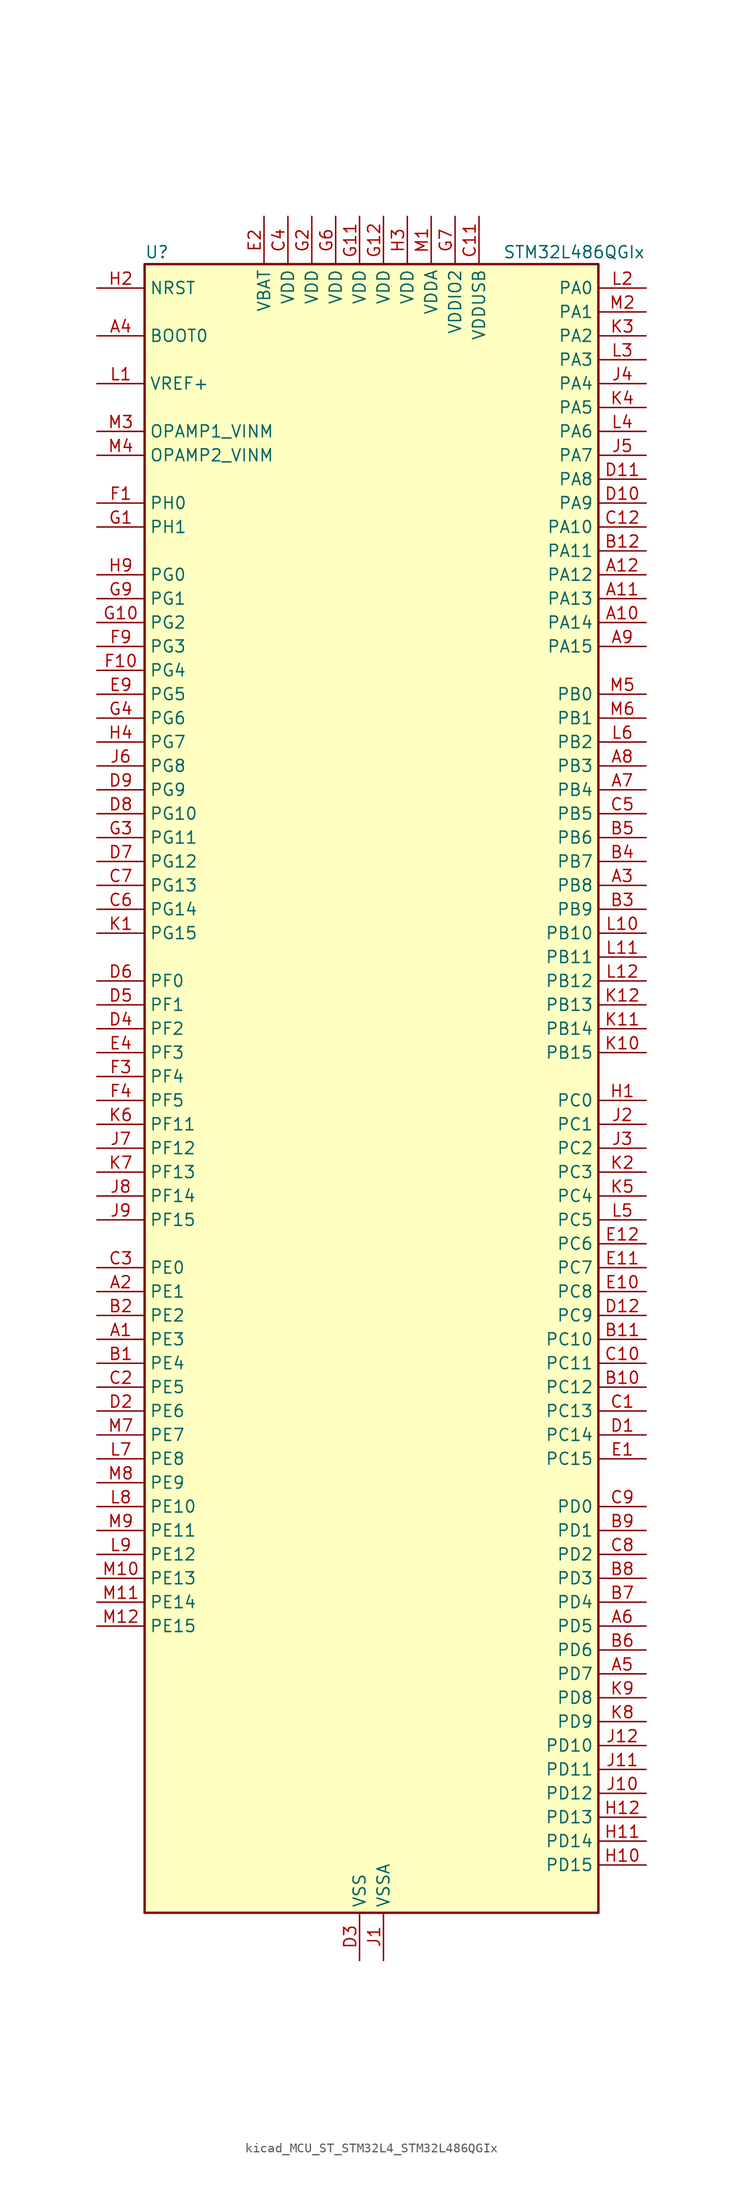
<source format=kicad_sym>
(kicad_symbol_lib
  (version 20220914)
  (generator kicad_symbol_editor)
  (symbol "kicad_MCU_ST_STM32L4_STM32L486QGIx"
    (property "Reference" "U"
      (at -22.86 90.17 0)
      (effects (font (size 1.27 1.27)) (justify left)))
    (property "Value" "STM32L486QGIx"
      (at 15.24 90.17 0)
      (effects (font (size 1.27 1.27)) (justify left)))
    (property "ki_locked" ""
      (at 0 0 0)
      (effects (font (size 1.27 1.27))))
    (symbol "kicad_MCU_ST_STM32L4_STM32L486QGIx_0_1"
      (rectangle (start -22.86 -86.36) (end 25.4 88.9) (stroke (width 0.254) (type default)) (fill (type background))))
    (symbol "kicad_MCU_ST_STM32L4_STM32L486QGIx_1_1"
      (pin bidirectional line (at -27.94 -25.4 0) (length 5.08) (name "PE3" (effects (font (size 1.27 1.27)))) (number "A1" (effects (font (size 1.27 1.27)))) (alternate "FMC_A19" bidirectional line) (alternate "LCD_SEG39" bidirectional line) (alternate "SAI1_SD_B" bidirectional line) (alternate "SYS_TRACED0" bidirectional line) (alternate "TIM3_CH1" bidirectional line) (alternate "TSC_G7_IO2" bidirectional line))
      (pin bidirectional line (at 30.48 50.8 180) (length 5.08) (name "PA14" (effects (font (size 1.27 1.27)))) (number "A10" (effects (font (size 1.27 1.27)))) (alternate "SYS_JTCK-SWCLK" bidirectional line))
      (pin bidirectional line (at 30.48 53.34 180) (length 5.08) (name "PA13" (effects (font (size 1.27 1.27)))) (number "A11" (effects (font (size 1.27 1.27)))) (alternate "IR_OUT" bidirectional line) (alternate "SYS_JTMS-SWDIO" bidirectional line) (alternate "USB_OTG_FS_NOE" bidirectional line))
      (pin bidirectional line (at 30.48 55.88 180) (length 5.08) (name "PA12" (effects (font (size 1.27 1.27)))) (number "A12" (effects (font (size 1.27 1.27)))) (alternate "CAN1_TX" bidirectional line) (alternate "TIM1_ETR" bidirectional line) (alternate "USART1_DE" bidirectional line) (alternate "USART1_RTS" bidirectional line) (alternate "USB_OTG_FS_DP" bidirectional line))
      (pin bidirectional line (at -27.94 -20.32 0) (length 5.08) (name "PE1" (effects (font (size 1.27 1.27)))) (number "A2" (effects (font (size 1.27 1.27)))) (alternate "FMC_NBL1" bidirectional line) (alternate "LCD_SEG37" bidirectional line) (alternate "TIM17_CH1" bidirectional line))
      (pin bidirectional line (at 30.48 22.86 180) (length 5.08) (name "PB8" (effects (font (size 1.27 1.27)))) (number "A3" (effects (font (size 1.27 1.27)))) (alternate "CAN1_RX" bidirectional line) (alternate "DFSDM1_DATIN6" bidirectional line) (alternate "I2C1_SCL" bidirectional line) (alternate "LCD_SEG16" bidirectional line) (alternate "SAI1_MCLK_A" bidirectional line) (alternate "SDMMC1_D4" bidirectional line) (alternate "TIM16_CH1" bidirectional line) (alternate "TIM4_CH3" bidirectional line))
      (pin input line (at -27.94 81.28 0) (length 5.08) (name "BOOT0" (effects (font (size 1.27 1.27)))) (number "A4" (effects (font (size 1.27 1.27)))))
      (pin bidirectional line (at 30.48 -60.96 180) (length 5.08) (name "PD7" (effects (font (size 1.27 1.27)))) (number "A5" (effects (font (size 1.27 1.27)))) (alternate "DFSDM1_CKIN1" bidirectional line) (alternate "FMC_NE1" bidirectional line) (alternate "USART2_CK" bidirectional line))
      (pin bidirectional line (at 30.48 -55.88 180) (length 5.08) (name "PD5" (effects (font (size 1.27 1.27)))) (number "A6" (effects (font (size 1.27 1.27)))) (alternate "FMC_NWE" bidirectional line) (alternate "USART2_TX" bidirectional line))
      (pin bidirectional line (at 30.48 33.02 180) (length 5.08) (name "PB4" (effects (font (size 1.27 1.27)))) (number "A7" (effects (font (size 1.27 1.27)))) (alternate "COMP2_INP" bidirectional line) (alternate "LCD_SEG8" bidirectional line) (alternate "SAI1_MCLK_B" bidirectional line) (alternate "SPI1_MISO" bidirectional line) (alternate "SPI3_MISO" bidirectional line) (alternate "SYS_JTRST" bidirectional line) (alternate "TIM17_BKIN" bidirectional line) (alternate "TIM3_CH1" bidirectional line) (alternate "TSC_G2_IO1" bidirectional line) (alternate "UART5_DE" bidirectional line) (alternate "UART5_RTS" bidirectional line) (alternate "USART1_CTS" bidirectional line))
      (pin bidirectional line (at 30.48 35.56 180) (length 5.08) (name "PB3" (effects (font (size 1.27 1.27)))) (number "A8" (effects (font (size 1.27 1.27)))) (alternate "COMP2_INM" bidirectional line) (alternate "LCD_SEG7" bidirectional line) (alternate "SAI1_SCK_B" bidirectional line) (alternate "SPI1_SCK" bidirectional line) (alternate "SPI3_SCK" bidirectional line) (alternate "SYS_JTDO-SWO" bidirectional line) (alternate "TIM2_CH2" bidirectional line) (alternate "USART1_DE" bidirectional line) (alternate "USART1_RTS" bidirectional line))
      (pin bidirectional line (at 30.48 48.26 180) (length 5.08) (name "PA15" (effects (font (size 1.27 1.27)))) (number "A9" (effects (font (size 1.27 1.27)))) (alternate "ADC1_EXTI15" bidirectional line) (alternate "ADC2_EXTI15" bidirectional line) (alternate "ADC3_EXTI15" bidirectional line) (alternate "LCD_SEG17" bidirectional line) (alternate "SAI2_FS_B" bidirectional line) (alternate "SPI1_NSS" bidirectional line) (alternate "SPI3_NSS" bidirectional line) (alternate "SYS_JTDI" bidirectional line) (alternate "TIM2_CH1" bidirectional line) (alternate "TIM2_ETR" bidirectional line) (alternate "TSC_G3_IO1" bidirectional line) (alternate "UART4_DE" bidirectional line) (alternate "UART4_RTS" bidirectional line))
      (pin bidirectional line (at -27.94 -27.94 0) (length 5.08) (name "PE4" (effects (font (size 1.27 1.27)))) (number "B1" (effects (font (size 1.27 1.27)))) (alternate "DFSDM1_DATIN3" bidirectional line) (alternate "FMC_A20" bidirectional line) (alternate "SAI1_FS_A" bidirectional line) (alternate "SYS_TRACED1" bidirectional line) (alternate "TIM3_CH2" bidirectional line) (alternate "TSC_G7_IO3" bidirectional line))
      (pin bidirectional line (at 30.48 -30.48 180) (length 5.08) (name "PC12" (effects (font (size 1.27 1.27)))) (number "B10" (effects (font (size 1.27 1.27)))) (alternate "LCD_COM6" bidirectional line) (alternate "LCD_SEG30" bidirectional line) (alternate "LCD_SEG42" bidirectional line) (alternate "SAI2_SD_B" bidirectional line) (alternate "SDMMC1_CK" bidirectional line) (alternate "SPI3_MOSI" bidirectional line) (alternate "TSC_G3_IO4" bidirectional line) (alternate "UART5_TX" bidirectional line) (alternate "USART3_CK" bidirectional line))
      (pin bidirectional line (at 30.48 -25.4 180) (length 5.08) (name "PC10" (effects (font (size 1.27 1.27)))) (number "B11" (effects (font (size 1.27 1.27)))) (alternate "LCD_COM4" bidirectional line) (alternate "LCD_SEG28" bidirectional line) (alternate "LCD_SEG40" bidirectional line) (alternate "SAI2_SCK_B" bidirectional line) (alternate "SDMMC1_D2" bidirectional line) (alternate "SPI3_SCK" bidirectional line) (alternate "TSC_G3_IO2" bidirectional line) (alternate "UART4_TX" bidirectional line) (alternate "USART3_TX" bidirectional line))
      (pin bidirectional line (at 30.48 58.42 180) (length 5.08) (name "PA11" (effects (font (size 1.27 1.27)))) (number "B12" (effects (font (size 1.27 1.27)))) (alternate "ADC1_EXTI11" bidirectional line) (alternate "ADC2_EXTI11" bidirectional line) (alternate "ADC3_EXTI11" bidirectional line) (alternate "CAN1_RX" bidirectional line) (alternate "TIM1_BKIN2" bidirectional line) (alternate "TIM1_BKIN2_COMP1" bidirectional line) (alternate "TIM1_CH4" bidirectional line) (alternate "USART1_CTS" bidirectional line) (alternate "USB_OTG_FS_DM" bidirectional line))
      (pin bidirectional line (at -27.94 -22.86 0) (length 5.08) (name "PE2" (effects (font (size 1.27 1.27)))) (number "B2" (effects (font (size 1.27 1.27)))) (alternate "FMC_A23" bidirectional line) (alternate "LCD_SEG38" bidirectional line) (alternate "SAI1_MCLK_A" bidirectional line) (alternate "SYS_TRACECLK" bidirectional line) (alternate "TIM3_ETR" bidirectional line) (alternate "TSC_G7_IO1" bidirectional line))
      (pin bidirectional line (at 30.48 20.32 180) (length 5.08) (name "PB9" (effects (font (size 1.27 1.27)))) (number "B3" (effects (font (size 1.27 1.27)))) (alternate "CAN1_TX" bidirectional line) (alternate "DAC1_EXTI9" bidirectional line) (alternate "DFSDM1_CKIN6" bidirectional line) (alternate "I2C1_SDA" bidirectional line) (alternate "IR_OUT" bidirectional line) (alternate "LCD_COM3" bidirectional line) (alternate "SAI1_FS_A" bidirectional line) (alternate "SDMMC1_D5" bidirectional line) (alternate "SPI2_NSS" bidirectional line) (alternate "TIM17_CH1" bidirectional line) (alternate "TIM4_CH4" bidirectional line))
      (pin bidirectional line (at 30.48 25.4 180) (length 5.08) (name "PB7" (effects (font (size 1.27 1.27)))) (number "B4" (effects (font (size 1.27 1.27)))) (alternate "COMP2_INM" bidirectional line) (alternate "DFSDM1_CKIN5" bidirectional line) (alternate "FMC_NL" bidirectional line) (alternate "I2C1_SDA" bidirectional line) (alternate "LCD_SEG21" bidirectional line) (alternate "LPTIM1_IN2" bidirectional line) (alternate "SYS_PVD_IN" bidirectional line) (alternate "TIM17_CH1N" bidirectional line) (alternate "TIM4_CH2" bidirectional line) (alternate "TIM8_BKIN" bidirectional line) (alternate "TIM8_BKIN_COMP1" bidirectional line) (alternate "TSC_G2_IO4" bidirectional line) (alternate "UART4_CTS" bidirectional line) (alternate "USART1_RX" bidirectional line))
      (pin bidirectional line (at 30.48 27.94 180) (length 5.08) (name "PB6" (effects (font (size 1.27 1.27)))) (number "B5" (effects (font (size 1.27 1.27)))) (alternate "COMP2_INP" bidirectional line) (alternate "DFSDM1_DATIN5" bidirectional line) (alternate "I2C1_SCL" bidirectional line) (alternate "LPTIM1_ETR" bidirectional line) (alternate "SAI1_FS_B" bidirectional line) (alternate "TIM16_CH1N" bidirectional line) (alternate "TIM4_CH1" bidirectional line) (alternate "TIM8_BKIN2" bidirectional line) (alternate "TIM8_BKIN2_COMP2" bidirectional line) (alternate "TSC_G2_IO3" bidirectional line) (alternate "USART1_TX" bidirectional line))
      (pin bidirectional line (at 30.48 -58.42 180) (length 5.08) (name "PD6" (effects (font (size 1.27 1.27)))) (number "B6" (effects (font (size 1.27 1.27)))) (alternate "DFSDM1_DATIN1" bidirectional line) (alternate "FMC_NWAIT" bidirectional line) (alternate "SAI1_SD_A" bidirectional line) (alternate "USART2_RX" bidirectional line))
      (pin bidirectional line (at 30.48 -53.34 180) (length 5.08) (name "PD4" (effects (font (size 1.27 1.27)))) (number "B7" (effects (font (size 1.27 1.27)))) (alternate "DFSDM1_CKIN0" bidirectional line) (alternate "FMC_NOE" bidirectional line) (alternate "SPI2_MOSI" bidirectional line) (alternate "USART2_DE" bidirectional line) (alternate "USART2_RTS" bidirectional line))
      (pin bidirectional line (at 30.48 -50.8 180) (length 5.08) (name "PD3" (effects (font (size 1.27 1.27)))) (number "B8" (effects (font (size 1.27 1.27)))) (alternate "DFSDM1_DATIN0" bidirectional line) (alternate "FMC_CLK" bidirectional line) (alternate "SPI2_MISO" bidirectional line) (alternate "USART2_CTS" bidirectional line))
      (pin bidirectional line (at 30.48 -45.72 180) (length 5.08) (name "PD1" (effects (font (size 1.27 1.27)))) (number "B9" (effects (font (size 1.27 1.27)))) (alternate "CAN1_TX" bidirectional line) (alternate "DFSDM1_CKIN7" bidirectional line) (alternate "FMC_D3" bidirectional line) (alternate "FMC_DA3" bidirectional line) (alternate "SPI2_SCK" bidirectional line))
      (pin bidirectional line (at 30.48 -33.02 180) (length 5.08) (name "PC13" (effects (font (size 1.27 1.27)))) (number "C1" (effects (font (size 1.27 1.27)))) (alternate "RTC_OUT_ALARM" bidirectional line) (alternate "RTC_OUT_CALIB" bidirectional line) (alternate "RTC_TAMP1" bidirectional line) (alternate "RTC_TS" bidirectional line) (alternate "SYS_WKUP2" bidirectional line))
      (pin bidirectional line (at 30.48 -27.94 180) (length 5.08) (name "PC11" (effects (font (size 1.27 1.27)))) (number "C10" (effects (font (size 1.27 1.27)))) (alternate "ADC1_EXTI11" bidirectional line) (alternate "ADC2_EXTI11" bidirectional line) (alternate "ADC3_EXTI11" bidirectional line) (alternate "LCD_COM5" bidirectional line) (alternate "LCD_SEG29" bidirectional line) (alternate "LCD_SEG41" bidirectional line) (alternate "SAI2_MCLK_B" bidirectional line) (alternate "SDMMC1_D3" bidirectional line) (alternate "SPI3_MISO" bidirectional line) (alternate "TSC_G3_IO3" bidirectional line) (alternate "UART4_RX" bidirectional line) (alternate "USART3_RX" bidirectional line))
      (pin power_in line (at 12.7 93.98 270) (length 5.08) (name "VDDUSB" (effects (font (size 1.27 1.27)))) (number "C11" (effects (font (size 1.27 1.27)))))
      (pin bidirectional line (at 30.48 60.96 180) (length 5.08) (name "PA10" (effects (font (size 1.27 1.27)))) (number "C12" (effects (font (size 1.27 1.27)))) (alternate "LCD_COM2" bidirectional line) (alternate "TIM17_BKIN" bidirectional line) (alternate "TIM1_CH3" bidirectional line) (alternate "USART1_RX" bidirectional line) (alternate "USB_OTG_FS_ID" bidirectional line))
      (pin bidirectional line (at -27.94 -30.48 0) (length 5.08) (name "PE5" (effects (font (size 1.27 1.27)))) (number "C2" (effects (font (size 1.27 1.27)))) (alternate "DFSDM1_CKIN3" bidirectional line) (alternate "FMC_A21" bidirectional line) (alternate "SAI1_SCK_A" bidirectional line) (alternate "SYS_TRACED2" bidirectional line) (alternate "TIM3_CH3" bidirectional line) (alternate "TSC_G7_IO4" bidirectional line))
      (pin bidirectional line (at -27.94 -17.78 0) (length 5.08) (name "PE0" (effects (font (size 1.27 1.27)))) (number "C3" (effects (font (size 1.27 1.27)))) (alternate "FMC_NBL0" bidirectional line) (alternate "LCD_SEG36" bidirectional line) (alternate "TIM16_CH1" bidirectional line) (alternate "TIM4_ETR" bidirectional line))
      (pin power_in line (at -7.62 93.98 270) (length 5.08) (name "VDD" (effects (font (size 1.27 1.27)))) (number "C4" (effects (font (size 1.27 1.27)))))
      (pin bidirectional line (at 30.48 30.48 180) (length 5.08) (name "PB5" (effects (font (size 1.27 1.27)))) (number "C5" (effects (font (size 1.27 1.27)))) (alternate "COMP2_OUT" bidirectional line) (alternate "I2C1_SMBA" bidirectional line) (alternate "LCD_SEG9" bidirectional line) (alternate "LPTIM1_IN1" bidirectional line) (alternate "SAI1_SD_B" bidirectional line) (alternate "SPI1_MOSI" bidirectional line) (alternate "SPI3_MOSI" bidirectional line) (alternate "TIM16_BKIN" bidirectional line) (alternate "TIM3_CH2" bidirectional line) (alternate "TSC_G2_IO2" bidirectional line) (alternate "UART5_CTS" bidirectional line) (alternate "USART1_CK" bidirectional line))
      (pin bidirectional line (at -27.94 20.32 0) (length 5.08) (name "PG14" (effects (font (size 1.27 1.27)))) (number "C6" (effects (font (size 1.27 1.27)))) (alternate "FMC_A25" bidirectional line) (alternate "I2C1_SCL" bidirectional line))
      (pin bidirectional line (at -27.94 22.86 0) (length 5.08) (name "PG13" (effects (font (size 1.27 1.27)))) (number "C7" (effects (font (size 1.27 1.27)))) (alternate "FMC_A24" bidirectional line) (alternate "I2C1_SDA" bidirectional line) (alternate "USART1_CK" bidirectional line))
      (pin bidirectional line (at 30.48 -48.26 180) (length 5.08) (name "PD2" (effects (font (size 1.27 1.27)))) (number "C8" (effects (font (size 1.27 1.27)))) (alternate "LCD_COM7" bidirectional line) (alternate "LCD_SEG31" bidirectional line) (alternate "LCD_SEG43" bidirectional line) (alternate "SDMMC1_CMD" bidirectional line) (alternate "TIM3_ETR" bidirectional line) (alternate "TSC_SYNC" bidirectional line) (alternate "UART5_RX" bidirectional line) (alternate "USART3_DE" bidirectional line) (alternate "USART3_RTS" bidirectional line))
      (pin bidirectional line (at 30.48 -43.18 180) (length 5.08) (name "PD0" (effects (font (size 1.27 1.27)))) (number "C9" (effects (font (size 1.27 1.27)))) (alternate "CAN1_RX" bidirectional line) (alternate "DFSDM1_DATIN7" bidirectional line) (alternate "FMC_D2" bidirectional line) (alternate "FMC_DA2" bidirectional line) (alternate "SPI2_NSS" bidirectional line))
      (pin bidirectional line (at 30.48 -35.56 180) (length 5.08) (name "PC14" (effects (font (size 1.27 1.27)))) (number "D1" (effects (font (size 1.27 1.27)))) (alternate "RCC_OSC32_IN" bidirectional line))
      (pin bidirectional line (at 30.48 63.5 180) (length 5.08) (name "PA9" (effects (font (size 1.27 1.27)))) (number "D10" (effects (font (size 1.27 1.27)))) (alternate "DAC1_EXTI9" bidirectional line) (alternate "LCD_COM1" bidirectional line) (alternate "TIM15_BKIN" bidirectional line) (alternate "TIM1_CH2" bidirectional line) (alternate "USART1_TX" bidirectional line) (alternate "USB_OTG_FS_VBUS" bidirectional line))
      (pin bidirectional line (at 30.48 66.04 180) (length 5.08) (name "PA8" (effects (font (size 1.27 1.27)))) (number "D11" (effects (font (size 1.27 1.27)))) (alternate "LCD_COM0" bidirectional line) (alternate "LPTIM2_OUT" bidirectional line) (alternate "RCC_MCO" bidirectional line) (alternate "TIM1_CH1" bidirectional line) (alternate "USART1_CK" bidirectional line) (alternate "USB_OTG_FS_SOF" bidirectional line))
      (pin bidirectional line (at 30.48 -22.86 180) (length 5.08) (name "PC9" (effects (font (size 1.27 1.27)))) (number "D12" (effects (font (size 1.27 1.27)))) (alternate "DAC1_EXTI9" bidirectional line) (alternate "LCD_SEG27" bidirectional line) (alternate "SAI2_EXTCLK" bidirectional line) (alternate "SDMMC1_D1" bidirectional line) (alternate "TIM3_CH4" bidirectional line) (alternate "TIM8_BKIN2" bidirectional line) (alternate "TIM8_BKIN2_COMP1" bidirectional line) (alternate "TIM8_CH4" bidirectional line) (alternate "TSC_G4_IO4" bidirectional line) (alternate "USB_OTG_FS_NOE" bidirectional line))
      (pin bidirectional line (at -27.94 -33.02 0) (length 5.08) (name "PE6" (effects (font (size 1.27 1.27)))) (number "D2" (effects (font (size 1.27 1.27)))) (alternate "FMC_A22" bidirectional line) (alternate "RTC_TAMP3" bidirectional line) (alternate "SAI1_SD_A" bidirectional line) (alternate "SYS_TRACED3" bidirectional line) (alternate "SYS_WKUP3" bidirectional line) (alternate "TIM3_CH4" bidirectional line))
      (pin power_in line (at 0 -91.44 90) (length 5.08) (name "VSS" (effects (font (size 1.27 1.27)))) (number "D3" (effects (font (size 1.27 1.27)))))
      (pin bidirectional line (at -27.94 7.62 0) (length 5.08) (name "PF2" (effects (font (size 1.27 1.27)))) (number "D4" (effects (font (size 1.27 1.27)))) (alternate "FMC_A2" bidirectional line) (alternate "I2C2_SMBA" bidirectional line))
      (pin bidirectional line (at -27.94 10.16 0) (length 5.08) (name "PF1" (effects (font (size 1.27 1.27)))) (number "D5" (effects (font (size 1.27 1.27)))) (alternate "FMC_A1" bidirectional line) (alternate "I2C2_SCL" bidirectional line))
      (pin bidirectional line (at -27.94 12.7 0) (length 5.08) (name "PF0" (effects (font (size 1.27 1.27)))) (number "D6" (effects (font (size 1.27 1.27)))) (alternate "FMC_A0" bidirectional line) (alternate "I2C2_SDA" bidirectional line))
      (pin bidirectional line (at -27.94 25.4 0) (length 5.08) (name "PG12" (effects (font (size 1.27 1.27)))) (number "D7" (effects (font (size 1.27 1.27)))) (alternate "FMC_NE4" bidirectional line) (alternate "LPTIM1_ETR" bidirectional line) (alternate "SAI2_SD_A" bidirectional line) (alternate "SPI3_NSS" bidirectional line) (alternate "USART1_DE" bidirectional line) (alternate "USART1_RTS" bidirectional line))
      (pin bidirectional line (at -27.94 30.48 0) (length 5.08) (name "PG10" (effects (font (size 1.27 1.27)))) (number "D8" (effects (font (size 1.27 1.27)))) (alternate "FMC_NE3" bidirectional line) (alternate "LPTIM1_IN1" bidirectional line) (alternate "SAI2_FS_A" bidirectional line) (alternate "SPI3_MISO" bidirectional line) (alternate "TIM15_CH1" bidirectional line) (alternate "USART1_RX" bidirectional line))
      (pin bidirectional line (at -27.94 33.02 0) (length 5.08) (name "PG9" (effects (font (size 1.27 1.27)))) (number "D9" (effects (font (size 1.27 1.27)))) (alternate "DAC1_EXTI9" bidirectional line) (alternate "FMC_NCE3" bidirectional line) (alternate "FMC_NE2" bidirectional line) (alternate "SAI2_SCK_A" bidirectional line) (alternate "SPI3_SCK" bidirectional line) (alternate "TIM15_CH1N" bidirectional line) (alternate "USART1_TX" bidirectional line))
      (pin bidirectional line (at 30.48 -38.1 180) (length 5.08) (name "PC15" (effects (font (size 1.27 1.27)))) (number "E1" (effects (font (size 1.27 1.27)))) (alternate "ADC1_EXTI15" bidirectional line) (alternate "ADC2_EXTI15" bidirectional line) (alternate "ADC3_EXTI15" bidirectional line) (alternate "RCC_OSC32_OUT" bidirectional line))
      (pin bidirectional line (at 30.48 -20.32 180) (length 5.08) (name "PC8" (effects (font (size 1.27 1.27)))) (number "E10" (effects (font (size 1.27 1.27)))) (alternate "LCD_SEG26" bidirectional line) (alternate "SDMMC1_D0" bidirectional line) (alternate "TIM3_CH3" bidirectional line) (alternate "TIM8_CH3" bidirectional line) (alternate "TSC_G4_IO3" bidirectional line))
      (pin bidirectional line (at 30.48 -17.78 180) (length 5.08) (name "PC7" (effects (font (size 1.27 1.27)))) (number "E11" (effects (font (size 1.27 1.27)))) (alternate "DFSDM1_DATIN3" bidirectional line) (alternate "LCD_SEG25" bidirectional line) (alternate "SAI2_MCLK_B" bidirectional line) (alternate "SDMMC1_D7" bidirectional line) (alternate "TIM3_CH2" bidirectional line) (alternate "TIM8_CH2" bidirectional line) (alternate "TSC_G4_IO2" bidirectional line))
      (pin bidirectional line (at 30.48 -15.24 180) (length 5.08) (name "PC6" (effects (font (size 1.27 1.27)))) (number "E12" (effects (font (size 1.27 1.27)))) (alternate "DFSDM1_CKIN3" bidirectional line) (alternate "LCD_SEG24" bidirectional line) (alternate "SAI2_MCLK_A" bidirectional line) (alternate "SDMMC1_D6" bidirectional line) (alternate "TIM3_CH1" bidirectional line) (alternate "TIM8_CH1" bidirectional line) (alternate "TSC_G4_IO1" bidirectional line))
      (pin power_in line (at -10.16 93.98 270) (length 5.08) (name "VBAT" (effects (font (size 1.27 1.27)))) (number "E2" (effects (font (size 1.27 1.27)))))
      (pin passive line (at 0 -91.44 90) (length 5.08) hide (name "VSS" (effects (font (size 1.27 1.27)))) (number "E3" (effects (font (size 1.27 1.27)))))
      (pin bidirectional line (at -27.94 5.08 0) (length 5.08) (name "PF3" (effects (font (size 1.27 1.27)))) (number "E4" (effects (font (size 1.27 1.27)))) (alternate "ADC3_IN6" bidirectional line) (alternate "FMC_A3" bidirectional line))
      (pin bidirectional line (at -27.94 43.18 0) (length 5.08) (name "PG5" (effects (font (size 1.27 1.27)))) (number "E9" (effects (font (size 1.27 1.27)))) (alternate "FMC_A15" bidirectional line) (alternate "LPUART1_CTS" bidirectional line) (alternate "SAI2_SD_B" bidirectional line) (alternate "SPI1_NSS" bidirectional line))
      (pin bidirectional line (at -27.94 63.5 0) (length 5.08) (name "PH0" (effects (font (size 1.27 1.27)))) (number "F1" (effects (font (size 1.27 1.27)))) (alternate "RCC_OSC_IN" bidirectional line))
      (pin bidirectional line (at -27.94 45.72 0) (length 5.08) (name "PG4" (effects (font (size 1.27 1.27)))) (number "F10" (effects (font (size 1.27 1.27)))) (alternate "FMC_A14" bidirectional line) (alternate "SAI2_MCLK_B" bidirectional line) (alternate "SPI1_MOSI" bidirectional line))
      (pin passive line (at 0 -91.44 90) (length 5.08) hide (name "VSS" (effects (font (size 1.27 1.27)))) (number "F11" (effects (font (size 1.27 1.27)))))
      (pin passive line (at 0 -91.44 90) (length 5.08) hide (name "VSS" (effects (font (size 1.27 1.27)))) (number "F12" (effects (font (size 1.27 1.27)))))
      (pin passive line (at 0 -91.44 90) (length 5.08) hide (name "VSS" (effects (font (size 1.27 1.27)))) (number "F2" (effects (font (size 1.27 1.27)))))
      (pin bidirectional line (at -27.94 2.54 0) (length 5.08) (name "PF4" (effects (font (size 1.27 1.27)))) (number "F3" (effects (font (size 1.27 1.27)))) (alternate "ADC3_IN7" bidirectional line) (alternate "FMC_A4" bidirectional line))
      (pin bidirectional line (at -27.94 0 0) (length 5.08) (name "PF5" (effects (font (size 1.27 1.27)))) (number "F4" (effects (font (size 1.27 1.27)))) (alternate "ADC3_IN8" bidirectional line) (alternate "FMC_A5" bidirectional line))
      (pin passive line (at 0 -91.44 90) (length 5.08) hide (name "VSS" (effects (font (size 1.27 1.27)))) (number "F6" (effects (font (size 1.27 1.27)))))
      (pin passive line (at 0 -91.44 90) (length 5.08) hide (name "VSS" (effects (font (size 1.27 1.27)))) (number "F7" (effects (font (size 1.27 1.27)))))
      (pin bidirectional line (at -27.94 48.26 0) (length 5.08) (name "PG3" (effects (font (size 1.27 1.27)))) (number "F9" (effects (font (size 1.27 1.27)))) (alternate "FMC_A13" bidirectional line) (alternate "SAI2_FS_B" bidirectional line) (alternate "SPI1_MISO" bidirectional line))
      (pin bidirectional line (at -27.94 60.96 0) (length 5.08) (name "PH1" (effects (font (size 1.27 1.27)))) (number "G1" (effects (font (size 1.27 1.27)))) (alternate "RCC_OSC_OUT" bidirectional line))
      (pin bidirectional line (at -27.94 50.8 0) (length 5.08) (name "PG2" (effects (font (size 1.27 1.27)))) (number "G10" (effects (font (size 1.27 1.27)))) (alternate "FMC_A12" bidirectional line) (alternate "SAI2_SCK_B" bidirectional line) (alternate "SPI1_SCK" bidirectional line))
      (pin power_in line (at 0 93.98 270) (length 5.08) (name "VDD" (effects (font (size 1.27 1.27)))) (number "G11" (effects (font (size 1.27 1.27)))))
      (pin power_in line (at 2.54 93.98 270) (length 5.08) (name "VDD" (effects (font (size 1.27 1.27)))) (number "G12" (effects (font (size 1.27 1.27)))))
      (pin power_in line (at -5.08 93.98 270) (length 5.08) (name "VDD" (effects (font (size 1.27 1.27)))) (number "G2" (effects (font (size 1.27 1.27)))))
      (pin bidirectional line (at -27.94 27.94 0) (length 5.08) (name "PG11" (effects (font (size 1.27 1.27)))) (number "G3" (effects (font (size 1.27 1.27)))) (alternate "ADC1_EXTI11" bidirectional line) (alternate "ADC2_EXTI11" bidirectional line) (alternate "ADC3_EXTI11" bidirectional line) (alternate "LPTIM1_IN2" bidirectional line) (alternate "SAI2_MCLK_A" bidirectional line) (alternate "SPI3_MOSI" bidirectional line) (alternate "TIM15_CH2" bidirectional line) (alternate "USART1_CTS" bidirectional line))
      (pin bidirectional line (at -27.94 40.64 0) (length 5.08) (name "PG6" (effects (font (size 1.27 1.27)))) (number "G4" (effects (font (size 1.27 1.27)))) (alternate "I2C3_SMBA" bidirectional line) (alternate "LPUART1_DE" bidirectional line) (alternate "LPUART1_RTS" bidirectional line))
      (pin power_in line (at -2.54 93.98 270) (length 5.08) (name "VDD" (effects (font (size 1.27 1.27)))) (number "G6" (effects (font (size 1.27 1.27)))))
      (pin power_in line (at 10.16 93.98 270) (length 5.08) (name "VDDIO2" (effects (font (size 1.27 1.27)))) (number "G7" (effects (font (size 1.27 1.27)))))
      (pin bidirectional line (at -27.94 53.34 0) (length 5.08) (name "PG1" (effects (font (size 1.27 1.27)))) (number "G9" (effects (font (size 1.27 1.27)))) (alternate "FMC_A11" bidirectional line) (alternate "TSC_G8_IO4" bidirectional line))
      (pin bidirectional line (at 30.48 0 180) (length 5.08) (name "PC0" (effects (font (size 1.27 1.27)))) (number "H1" (effects (font (size 1.27 1.27)))) (alternate "ADC1_IN1" bidirectional line) (alternate "ADC2_IN1" bidirectional line) (alternate "ADC3_IN1" bidirectional line) (alternate "DFSDM1_DATIN4" bidirectional line) (alternate "I2C3_SCL" bidirectional line) (alternate "LCD_SEG18" bidirectional line) (alternate "LPTIM1_IN1" bidirectional line) (alternate "LPTIM2_IN1" bidirectional line) (alternate "LPUART1_RX" bidirectional line))
      (pin bidirectional line (at 30.48 -81.28 180) (length 5.08) (name "PD15" (effects (font (size 1.27 1.27)))) (number "H10" (effects (font (size 1.27 1.27)))) (alternate "ADC1_EXTI15" bidirectional line) (alternate "ADC2_EXTI15" bidirectional line) (alternate "ADC3_EXTI15" bidirectional line) (alternate "FMC_D1" bidirectional line) (alternate "FMC_DA1" bidirectional line) (alternate "LCD_SEG35" bidirectional line) (alternate "TIM4_CH4" bidirectional line))
      (pin bidirectional line (at 30.48 -78.74 180) (length 5.08) (name "PD14" (effects (font (size 1.27 1.27)))) (number "H11" (effects (font (size 1.27 1.27)))) (alternate "FMC_D0" bidirectional line) (alternate "FMC_DA0" bidirectional line) (alternate "LCD_SEG34" bidirectional line) (alternate "TIM4_CH3" bidirectional line))
      (pin bidirectional line (at 30.48 -76.2 180) (length 5.08) (name "PD13" (effects (font (size 1.27 1.27)))) (number "H12" (effects (font (size 1.27 1.27)))) (alternate "FMC_A18" bidirectional line) (alternate "LCD_SEG33" bidirectional line) (alternate "LPTIM2_OUT" bidirectional line) (alternate "TIM4_CH2" bidirectional line) (alternate "TSC_G6_IO4" bidirectional line))
      (pin input line (at -27.94 86.36 0) (length 5.08) (name "NRST" (effects (font (size 1.27 1.27)))) (number "H2" (effects (font (size 1.27 1.27)))))
      (pin power_in line (at 5.08 93.98 270) (length 5.08) (name "VDD" (effects (font (size 1.27 1.27)))) (number "H3" (effects (font (size 1.27 1.27)))))
      (pin bidirectional line (at -27.94 38.1 0) (length 5.08) (name "PG7" (effects (font (size 1.27 1.27)))) (number "H4" (effects (font (size 1.27 1.27)))) (alternate "FMC_INT3" bidirectional line) (alternate "I2C3_SCL" bidirectional line) (alternate "LPUART1_TX" bidirectional line))
      (pin bidirectional line (at -27.94 55.88 0) (length 5.08) (name "PG0" (effects (font (size 1.27 1.27)))) (number "H9" (effects (font (size 1.27 1.27)))) (alternate "FMC_A10" bidirectional line) (alternate "TSC_G8_IO3" bidirectional line))
      (pin power_in line (at 2.54 -91.44 90) (length 5.08) (name "VSSA" (effects (font (size 1.27 1.27)))) (number "J1" (effects (font (size 1.27 1.27)))))
      (pin bidirectional line (at 30.48 -73.66 180) (length 5.08) (name "PD12" (effects (font (size 1.27 1.27)))) (number "J10" (effects (font (size 1.27 1.27)))) (alternate "FMC_A17" bidirectional line) (alternate "FMC_ALE" bidirectional line) (alternate "LCD_SEG32" bidirectional line) (alternate "LPTIM2_IN1" bidirectional line) (alternate "SAI2_FS_A" bidirectional line) (alternate "TIM4_CH1" bidirectional line) (alternate "TSC_G6_IO3" bidirectional line) (alternate "USART3_DE" bidirectional line) (alternate "USART3_RTS" bidirectional line))
      (pin bidirectional line (at 30.48 -71.12 180) (length 5.08) (name "PD11" (effects (font (size 1.27 1.27)))) (number "J11" (effects (font (size 1.27 1.27)))) (alternate "ADC1_EXTI11" bidirectional line) (alternate "ADC2_EXTI11" bidirectional line) (alternate "ADC3_EXTI11" bidirectional line) (alternate "FMC_A16" bidirectional line) (alternate "FMC_CLE" bidirectional line) (alternate "LCD_SEG31" bidirectional line) (alternate "LPTIM2_ETR" bidirectional line) (alternate "SAI2_SD_A" bidirectional line) (alternate "TSC_G6_IO2" bidirectional line) (alternate "USART3_CTS" bidirectional line))
      (pin bidirectional line (at 30.48 -68.58 180) (length 5.08) (name "PD10" (effects (font (size 1.27 1.27)))) (number "J12" (effects (font (size 1.27 1.27)))) (alternate "FMC_D15" bidirectional line) (alternate "FMC_DA15" bidirectional line) (alternate "LCD_SEG30" bidirectional line) (alternate "SAI2_SCK_A" bidirectional line) (alternate "TSC_G6_IO1" bidirectional line) (alternate "USART3_CK" bidirectional line))
      (pin bidirectional line (at 30.48 -2.54 180) (length 5.08) (name "PC1" (effects (font (size 1.27 1.27)))) (number "J2" (effects (font (size 1.27 1.27)))) (alternate "ADC1_IN2" bidirectional line) (alternate "ADC2_IN2" bidirectional line) (alternate "ADC3_IN2" bidirectional line) (alternate "DFSDM1_CKIN4" bidirectional line) (alternate "I2C3_SDA" bidirectional line) (alternate "LCD_SEG19" bidirectional line) (alternate "LPTIM1_OUT" bidirectional line) (alternate "LPUART1_TX" bidirectional line))
      (pin bidirectional line (at 30.48 -5.08 180) (length 5.08) (name "PC2" (effects (font (size 1.27 1.27)))) (number "J3" (effects (font (size 1.27 1.27)))) (alternate "ADC1_IN3" bidirectional line) (alternate "ADC2_IN3" bidirectional line) (alternate "ADC3_IN3" bidirectional line) (alternate "DFSDM1_CKOUT" bidirectional line) (alternate "LCD_SEG20" bidirectional line) (alternate "LPTIM1_IN2" bidirectional line) (alternate "SPI2_MISO" bidirectional line))
      (pin bidirectional line (at 30.48 76.2 180) (length 5.08) (name "PA4" (effects (font (size 1.27 1.27)))) (number "J4" (effects (font (size 1.27 1.27)))) (alternate "ADC1_IN9" bidirectional line) (alternate "ADC2_IN9" bidirectional line) (alternate "DAC1_OUT1" bidirectional line) (alternate "LPTIM2_OUT" bidirectional line) (alternate "SAI1_FS_B" bidirectional line) (alternate "SPI1_NSS" bidirectional line) (alternate "SPI3_NSS" bidirectional line) (alternate "USART2_CK" bidirectional line))
      (pin bidirectional line (at 30.48 68.58 180) (length 5.08) (name "PA7" (effects (font (size 1.27 1.27)))) (number "J5" (effects (font (size 1.27 1.27)))) (alternate "ADC1_IN12" bidirectional line) (alternate "ADC2_IN12" bidirectional line) (alternate "LCD_SEG4" bidirectional line) (alternate "OPAMP2_VINM" bidirectional line) (alternate "QUADSPI_BK1_IO2" bidirectional line) (alternate "SPI1_MOSI" bidirectional line) (alternate "TIM17_CH1" bidirectional line) (alternate "TIM1_CH1N" bidirectional line) (alternate "TIM3_CH2" bidirectional line) (alternate "TIM8_CH1N" bidirectional line))
      (pin bidirectional line (at -27.94 35.56 0) (length 5.08) (name "PG8" (effects (font (size 1.27 1.27)))) (number "J6" (effects (font (size 1.27 1.27)))) (alternate "I2C3_SDA" bidirectional line) (alternate "LPUART1_RX" bidirectional line))
      (pin bidirectional line (at -27.94 -5.08 0) (length 5.08) (name "PF12" (effects (font (size 1.27 1.27)))) (number "J7" (effects (font (size 1.27 1.27)))) (alternate "FMC_A6" bidirectional line))
      (pin bidirectional line (at -27.94 -10.16 0) (length 5.08) (name "PF14" (effects (font (size 1.27 1.27)))) (number "J8" (effects (font (size 1.27 1.27)))) (alternate "DFSDM1_CKIN6" bidirectional line) (alternate "FMC_A8" bidirectional line) (alternate "TSC_G8_IO1" bidirectional line))
      (pin bidirectional line (at -27.94 -12.7 0) (length 5.08) (name "PF15" (effects (font (size 1.27 1.27)))) (number "J9" (effects (font (size 1.27 1.27)))) (alternate "ADC1_EXTI15" bidirectional line) (alternate "ADC2_EXTI15" bidirectional line) (alternate "ADC3_EXTI15" bidirectional line) (alternate "FMC_A9" bidirectional line) (alternate "TSC_G8_IO2" bidirectional line))
      (pin bidirectional line (at -27.94 17.78 0) (length 5.08) (name "PG15" (effects (font (size 1.27 1.27)))) (number "K1" (effects (font (size 1.27 1.27)))) (alternate "ADC1_EXTI15" bidirectional line) (alternate "ADC2_EXTI15" bidirectional line) (alternate "ADC3_EXTI15" bidirectional line) (alternate "I2C1_SMBA" bidirectional line) (alternate "LPTIM1_OUT" bidirectional line))
      (pin bidirectional line (at 30.48 5.08 180) (length 5.08) (name "PB15" (effects (font (size 1.27 1.27)))) (number "K10" (effects (font (size 1.27 1.27)))) (alternate "ADC1_EXTI15" bidirectional line) (alternate "ADC2_EXTI15" bidirectional line) (alternate "ADC3_EXTI15" bidirectional line) (alternate "DFSDM1_CKIN2" bidirectional line) (alternate "LCD_SEG15" bidirectional line) (alternate "RTC_REFIN" bidirectional line) (alternate "SAI2_SD_A" bidirectional line) (alternate "SPI2_MOSI" bidirectional line) (alternate "SWPMI1_SUSPEND" bidirectional line) (alternate "TIM15_CH2" bidirectional line) (alternate "TIM1_CH3N" bidirectional line) (alternate "TIM8_CH3N" bidirectional line) (alternate "TSC_G1_IO4" bidirectional line))
      (pin bidirectional line (at 30.48 7.62 180) (length 5.08) (name "PB14" (effects (font (size 1.27 1.27)))) (number "K11" (effects (font (size 1.27 1.27)))) (alternate "DFSDM1_DATIN2" bidirectional line) (alternate "I2C2_SDA" bidirectional line) (alternate "LCD_SEG14" bidirectional line) (alternate "SAI2_MCLK_A" bidirectional line) (alternate "SPI2_MISO" bidirectional line) (alternate "SWPMI1_RX" bidirectional line) (alternate "TIM15_CH1" bidirectional line) (alternate "TIM1_CH2N" bidirectional line) (alternate "TIM8_CH2N" bidirectional line) (alternate "TSC_G1_IO3" bidirectional line) (alternate "USART3_DE" bidirectional line) (alternate "USART3_RTS" bidirectional line))
      (pin bidirectional line (at 30.48 10.16 180) (length 5.08) (name "PB13" (effects (font (size 1.27 1.27)))) (number "K12" (effects (font (size 1.27 1.27)))) (alternate "DFSDM1_CKIN1" bidirectional line) (alternate "I2C2_SCL" bidirectional line) (alternate "LCD_SEG13" bidirectional line) (alternate "LPUART1_CTS" bidirectional line) (alternate "SAI2_SCK_A" bidirectional line) (alternate "SPI2_SCK" bidirectional line) (alternate "SWPMI1_TX" bidirectional line) (alternate "TIM15_CH1N" bidirectional line) (alternate "TIM1_CH1N" bidirectional line) (alternate "TSC_G1_IO2" bidirectional line) (alternate "USART3_CTS" bidirectional line))
      (pin bidirectional line (at 30.48 -7.62 180) (length 5.08) (name "PC3" (effects (font (size 1.27 1.27)))) (number "K2" (effects (font (size 1.27 1.27)))) (alternate "ADC1_IN4" bidirectional line) (alternate "ADC2_IN4" bidirectional line) (alternate "ADC3_IN4" bidirectional line) (alternate "LCD_VLCD" bidirectional line) (alternate "LPTIM1_ETR" bidirectional line) (alternate "LPTIM2_ETR" bidirectional line) (alternate "SAI1_SD_A" bidirectional line) (alternate "SPI2_MOSI" bidirectional line))
      (pin bidirectional line (at 30.48 81.28 180) (length 5.08) (name "PA2" (effects (font (size 1.27 1.27)))) (number "K3" (effects (font (size 1.27 1.27)))) (alternate "ADC1_IN7" bidirectional line) (alternate "ADC2_IN7" bidirectional line) (alternate "LCD_SEG1" bidirectional line) (alternate "RCC_LSCO" bidirectional line) (alternate "SAI2_EXTCLK" bidirectional line) (alternate "SYS_WKUP4" bidirectional line) (alternate "TIM15_CH1" bidirectional line) (alternate "TIM2_CH3" bidirectional line) (alternate "TIM5_CH3" bidirectional line) (alternate "USART2_TX" bidirectional line))
      (pin bidirectional line (at 30.48 73.66 180) (length 5.08) (name "PA5" (effects (font (size 1.27 1.27)))) (number "K4" (effects (font (size 1.27 1.27)))) (alternate "ADC1_IN10" bidirectional line) (alternate "ADC2_IN10" bidirectional line) (alternate "DAC1_OUT2" bidirectional line) (alternate "LPTIM2_ETR" bidirectional line) (alternate "SPI1_SCK" bidirectional line) (alternate "TIM2_CH1" bidirectional line) (alternate "TIM2_ETR" bidirectional line) (alternate "TIM8_CH1N" bidirectional line))
      (pin bidirectional line (at 30.48 -10.16 180) (length 5.08) (name "PC4" (effects (font (size 1.27 1.27)))) (number "K5" (effects (font (size 1.27 1.27)))) (alternate "ADC1_IN13" bidirectional line) (alternate "ADC2_IN13" bidirectional line) (alternate "COMP1_INM" bidirectional line) (alternate "LCD_SEG22" bidirectional line) (alternate "USART3_TX" bidirectional line))
      (pin bidirectional line (at -27.94 -2.54 0) (length 5.08) (name "PF11" (effects (font (size 1.27 1.27)))) (number "K6" (effects (font (size 1.27 1.27)))) (alternate "ADC1_EXTI11" bidirectional line) (alternate "ADC2_EXTI11" bidirectional line) (alternate "ADC3_EXTI11" bidirectional line))
      (pin bidirectional line (at -27.94 -7.62 0) (length 5.08) (name "PF13" (effects (font (size 1.27 1.27)))) (number "K7" (effects (font (size 1.27 1.27)))) (alternate "DFSDM1_DATIN6" bidirectional line) (alternate "FMC_A7" bidirectional line))
      (pin bidirectional line (at 30.48 -66.04 180) (length 5.08) (name "PD9" (effects (font (size 1.27 1.27)))) (number "K8" (effects (font (size 1.27 1.27)))) (alternate "DAC1_EXTI9" bidirectional line) (alternate "FMC_D14" bidirectional line) (alternate "FMC_DA14" bidirectional line) (alternate "LCD_SEG29" bidirectional line) (alternate "SAI2_MCLK_A" bidirectional line) (alternate "USART3_RX" bidirectional line))
      (pin bidirectional line (at 30.48 -63.5 180) (length 5.08) (name "PD8" (effects (font (size 1.27 1.27)))) (number "K9" (effects (font (size 1.27 1.27)))) (alternate "FMC_D13" bidirectional line) (alternate "FMC_DA13" bidirectional line) (alternate "LCD_SEG28" bidirectional line) (alternate "USART3_TX" bidirectional line))
      (pin input line (at -27.94 76.2 0) (length 5.08) (name "VREF+" (effects (font (size 1.27 1.27)))) (number "L1" (effects (font (size 1.27 1.27)))) (alternate "VREFBUF_OUT" bidirectional line))
      (pin bidirectional line (at 30.48 17.78 180) (length 5.08) (name "PB10" (effects (font (size 1.27 1.27)))) (number "L10" (effects (font (size 1.27 1.27)))) (alternate "COMP1_OUT" bidirectional line) (alternate "DFSDM1_DATIN7" bidirectional line) (alternate "I2C2_SCL" bidirectional line) (alternate "LCD_SEG10" bidirectional line) (alternate "LPUART1_RX" bidirectional line) (alternate "QUADSPI_CLK" bidirectional line) (alternate "SAI1_SCK_A" bidirectional line) (alternate "SPI2_SCK" bidirectional line) (alternate "TIM2_CH3" bidirectional line) (alternate "USART3_TX" bidirectional line))
      (pin bidirectional line (at 30.48 15.24 180) (length 5.08) (name "PB11" (effects (font (size 1.27 1.27)))) (number "L11" (effects (font (size 1.27 1.27)))) (alternate "ADC1_EXTI11" bidirectional line) (alternate "ADC2_EXTI11" bidirectional line) (alternate "ADC3_EXTI11" bidirectional line) (alternate "COMP2_OUT" bidirectional line) (alternate "DFSDM1_CKIN7" bidirectional line) (alternate "I2C2_SDA" bidirectional line) (alternate "LCD_SEG11" bidirectional line) (alternate "LPUART1_TX" bidirectional line) (alternate "QUADSPI_NCS" bidirectional line) (alternate "TIM2_CH4" bidirectional line) (alternate "USART3_RX" bidirectional line))
      (pin bidirectional line (at 30.48 12.7 180) (length 5.08) (name "PB12" (effects (font (size 1.27 1.27)))) (number "L12" (effects (font (size 1.27 1.27)))) (alternate "DFSDM1_DATIN1" bidirectional line) (alternate "I2C2_SMBA" bidirectional line) (alternate "LCD_SEG12" bidirectional line) (alternate "LPUART1_DE" bidirectional line) (alternate "LPUART1_RTS" bidirectional line) (alternate "SAI2_FS_A" bidirectional line) (alternate "SPI2_NSS" bidirectional line) (alternate "SWPMI1_IO" bidirectional line) (alternate "TIM15_BKIN" bidirectional line) (alternate "TIM1_BKIN" bidirectional line) (alternate "TIM1_BKIN_COMP2" bidirectional line) (alternate "TSC_G1_IO1" bidirectional line) (alternate "USART3_CK" bidirectional line))
      (pin bidirectional line (at 30.48 86.36 180) (length 5.08) (name "PA0" (effects (font (size 1.27 1.27)))) (number "L2" (effects (font (size 1.27 1.27)))) (alternate "ADC1_IN5" bidirectional line) (alternate "ADC2_IN5" bidirectional line) (alternate "OPAMP1_VINP" bidirectional line) (alternate "RTC_TAMP2" bidirectional line) (alternate "SAI1_EXTCLK" bidirectional line) (alternate "SYS_WKUP1" bidirectional line) (alternate "TIM2_CH1" bidirectional line) (alternate "TIM2_ETR" bidirectional line) (alternate "TIM5_CH1" bidirectional line) (alternate "TIM8_ETR" bidirectional line) (alternate "UART4_TX" bidirectional line) (alternate "USART2_CTS" bidirectional line))
      (pin bidirectional line (at 30.48 78.74 180) (length 5.08) (name "PA3" (effects (font (size 1.27 1.27)))) (number "L3" (effects (font (size 1.27 1.27)))) (alternate "ADC1_IN8" bidirectional line) (alternate "ADC2_IN8" bidirectional line) (alternate "LCD_SEG2" bidirectional line) (alternate "OPAMP1_VOUT" bidirectional line) (alternate "TIM15_CH2" bidirectional line) (alternate "TIM2_CH4" bidirectional line) (alternate "TIM5_CH4" bidirectional line) (alternate "USART2_RX" bidirectional line))
      (pin bidirectional line (at 30.48 71.12 180) (length 5.08) (name "PA6" (effects (font (size 1.27 1.27)))) (number "L4" (effects (font (size 1.27 1.27)))) (alternate "ADC1_IN11" bidirectional line) (alternate "ADC2_IN11" bidirectional line) (alternate "LCD_SEG3" bidirectional line) (alternate "OPAMP2_VINP" bidirectional line) (alternate "QUADSPI_BK1_IO3" bidirectional line) (alternate "SPI1_MISO" bidirectional line) (alternate "TIM16_CH1" bidirectional line) (alternate "TIM1_BKIN" bidirectional line) (alternate "TIM1_BKIN_COMP2" bidirectional line) (alternate "TIM3_CH1" bidirectional line) (alternate "TIM8_BKIN" bidirectional line) (alternate "TIM8_BKIN_COMP2" bidirectional line) (alternate "USART3_CTS" bidirectional line))
      (pin bidirectional line (at 30.48 -12.7 180) (length 5.08) (name "PC5" (effects (font (size 1.27 1.27)))) (number "L5" (effects (font (size 1.27 1.27)))) (alternate "ADC1_IN14" bidirectional line) (alternate "ADC2_IN14" bidirectional line) (alternate "COMP1_INP" bidirectional line) (alternate "LCD_SEG23" bidirectional line) (alternate "SYS_WKUP5" bidirectional line) (alternate "USART3_RX" bidirectional line))
      (pin bidirectional line (at 30.48 38.1 180) (length 5.08) (name "PB2" (effects (font (size 1.27 1.27)))) (number "L6" (effects (font (size 1.27 1.27)))) (alternate "COMP1_INP" bidirectional line) (alternate "DFSDM1_CKIN0" bidirectional line) (alternate "I2C3_SMBA" bidirectional line) (alternate "LPTIM1_OUT" bidirectional line) (alternate "RTC_OUT_ALARM" bidirectional line) (alternate "RTC_OUT_CALIB" bidirectional line))
      (pin bidirectional line (at -27.94 -38.1 0) (length 5.08) (name "PE8" (effects (font (size 1.27 1.27)))) (number "L7" (effects (font (size 1.27 1.27)))) (alternate "DFSDM1_CKIN2" bidirectional line) (alternate "FMC_D5" bidirectional line) (alternate "FMC_DA5" bidirectional line) (alternate "SAI1_SCK_B" bidirectional line) (alternate "TIM1_CH1N" bidirectional line))
      (pin bidirectional line (at -27.94 -43.18 0) (length 5.08) (name "PE10" (effects (font (size 1.27 1.27)))) (number "L8" (effects (font (size 1.27 1.27)))) (alternate "DFSDM1_DATIN4" bidirectional line) (alternate "FMC_D7" bidirectional line) (alternate "FMC_DA7" bidirectional line) (alternate "QUADSPI_CLK" bidirectional line) (alternate "SAI1_MCLK_B" bidirectional line) (alternate "TIM1_CH2N" bidirectional line) (alternate "TSC_G5_IO1" bidirectional line))
      (pin bidirectional line (at -27.94 -48.26 0) (length 5.08) (name "PE12" (effects (font (size 1.27 1.27)))) (number "L9" (effects (font (size 1.27 1.27)))) (alternate "DFSDM1_DATIN5" bidirectional line) (alternate "FMC_D9" bidirectional line) (alternate "FMC_DA9" bidirectional line) (alternate "QUADSPI_BK1_IO0" bidirectional line) (alternate "SPI1_NSS" bidirectional line) (alternate "TIM1_CH3N" bidirectional line) (alternate "TSC_G5_IO3" bidirectional line))
      (pin power_in line (at 7.62 93.98 270) (length 5.08) (name "VDDA" (effects (font (size 1.27 1.27)))) (number "M1" (effects (font (size 1.27 1.27)))))
      (pin bidirectional line (at -27.94 -50.8 0) (length 5.08) (name "PE13" (effects (font (size 1.27 1.27)))) (number "M10" (effects (font (size 1.27 1.27)))) (alternate "DFSDM1_CKIN5" bidirectional line) (alternate "FMC_D10" bidirectional line) (alternate "FMC_DA10" bidirectional line) (alternate "QUADSPI_BK1_IO1" bidirectional line) (alternate "SPI1_SCK" bidirectional line) (alternate "TIM1_CH3" bidirectional line) (alternate "TSC_G5_IO4" bidirectional line))
      (pin bidirectional line (at -27.94 -53.34 0) (length 5.08) (name "PE14" (effects (font (size 1.27 1.27)))) (number "M11" (effects (font (size 1.27 1.27)))) (alternate "FMC_D11" bidirectional line) (alternate "FMC_DA11" bidirectional line) (alternate "QUADSPI_BK1_IO2" bidirectional line) (alternate "SPI1_MISO" bidirectional line) (alternate "TIM1_BKIN2" bidirectional line) (alternate "TIM1_BKIN2_COMP2" bidirectional line) (alternate "TIM1_CH4" bidirectional line))
      (pin bidirectional line (at -27.94 -55.88 0) (length 5.08) (name "PE15" (effects (font (size 1.27 1.27)))) (number "M12" (effects (font (size 1.27 1.27)))) (alternate "ADC1_EXTI15" bidirectional line) (alternate "ADC2_EXTI15" bidirectional line) (alternate "ADC3_EXTI15" bidirectional line) (alternate "FMC_D12" bidirectional line) (alternate "FMC_DA12" bidirectional line) (alternate "QUADSPI_BK1_IO3" bidirectional line) (alternate "SPI1_MOSI" bidirectional line) (alternate "TIM1_BKIN" bidirectional line) (alternate "TIM1_BKIN_COMP1" bidirectional line))
      (pin bidirectional line (at 30.48 83.82 180) (length 5.08) (name "PA1" (effects (font (size 1.27 1.27)))) (number "M2" (effects (font (size 1.27 1.27)))) (alternate "ADC1_IN6" bidirectional line) (alternate "ADC2_IN6" bidirectional line) (alternate "LCD_SEG0" bidirectional line) (alternate "OPAMP1_VINM" bidirectional line) (alternate "TIM15_CH1N" bidirectional line) (alternate "TIM2_CH2" bidirectional line) (alternate "TIM5_CH2" bidirectional line) (alternate "UART4_RX" bidirectional line) (alternate "USART2_DE" bidirectional line) (alternate "USART2_RTS" bidirectional line))
      (pin bidirectional line (at -27.94 71.12 0) (length 5.08) (name "OPAMP1_VINM" (effects (font (size 1.27 1.27)))) (number "M3" (effects (font (size 1.27 1.27)))) (alternate "OPAMP1_VINM" bidirectional line))
      (pin bidirectional line (at -27.94 68.58 0) (length 5.08) (name "OPAMP2_VINM" (effects (font (size 1.27 1.27)))) (number "M4" (effects (font (size 1.27 1.27)))) (alternate "OPAMP2_VINM" bidirectional line))
      (pin bidirectional line (at 30.48 43.18 180) (length 5.08) (name "PB0" (effects (font (size 1.27 1.27)))) (number "M5" (effects (font (size 1.27 1.27)))) (alternate "ADC1_IN15" bidirectional line) (alternate "ADC2_IN15" bidirectional line) (alternate "COMP1_OUT" bidirectional line) (alternate "LCD_SEG5" bidirectional line) (alternate "OPAMP2_VOUT" bidirectional line) (alternate "QUADSPI_BK1_IO1" bidirectional line) (alternate "TIM1_CH2N" bidirectional line) (alternate "TIM3_CH3" bidirectional line) (alternate "TIM8_CH2N" bidirectional line) (alternate "USART3_CK" bidirectional line))
      (pin bidirectional line (at 30.48 40.64 180) (length 5.08) (name "PB1" (effects (font (size 1.27 1.27)))) (number "M6" (effects (font (size 1.27 1.27)))) (alternate "ADC1_IN16" bidirectional line) (alternate "ADC2_IN16" bidirectional line) (alternate "COMP1_INM" bidirectional line) (alternate "DFSDM1_DATIN0" bidirectional line) (alternate "LCD_SEG6" bidirectional line) (alternate "LPTIM2_IN1" bidirectional line) (alternate "QUADSPI_BK1_IO0" bidirectional line) (alternate "TIM1_CH3N" bidirectional line) (alternate "TIM3_CH4" bidirectional line) (alternate "TIM8_CH3N" bidirectional line) (alternate "USART3_DE" bidirectional line) (alternate "USART3_RTS" bidirectional line))
      (pin bidirectional line (at -27.94 -35.56 0) (length 5.08) (name "PE7" (effects (font (size 1.27 1.27)))) (number "M7" (effects (font (size 1.27 1.27)))) (alternate "DFSDM1_DATIN2" bidirectional line) (alternate "FMC_D4" bidirectional line) (alternate "FMC_DA4" bidirectional line) (alternate "SAI1_SD_B" bidirectional line) (alternate "TIM1_ETR" bidirectional line))
      (pin bidirectional line (at -27.94 -40.64 0) (length 5.08) (name "PE9" (effects (font (size 1.27 1.27)))) (number "M8" (effects (font (size 1.27 1.27)))) (alternate "DAC1_EXTI9" bidirectional line) (alternate "DFSDM1_CKOUT" bidirectional line) (alternate "FMC_D6" bidirectional line) (alternate "FMC_DA6" bidirectional line) (alternate "SAI1_FS_B" bidirectional line) (alternate "TIM1_CH1" bidirectional line))
      (pin bidirectional line (at -27.94 -45.72 0) (length 5.08) (name "PE11" (effects (font (size 1.27 1.27)))) (number "M9" (effects (font (size 1.27 1.27)))) (alternate "ADC1_EXTI11" bidirectional line) (alternate "ADC2_EXTI11" bidirectional line) (alternate "ADC3_EXTI11" bidirectional line) (alternate "DFSDM1_CKIN4" bidirectional line) (alternate "FMC_D8" bidirectional line) (alternate "FMC_DA8" bidirectional line) (alternate "QUADSPI_NCS" bidirectional line) (alternate "TIM1_CH2" bidirectional line) (alternate "TSC_G5_IO2" bidirectional line)))))
</source>
